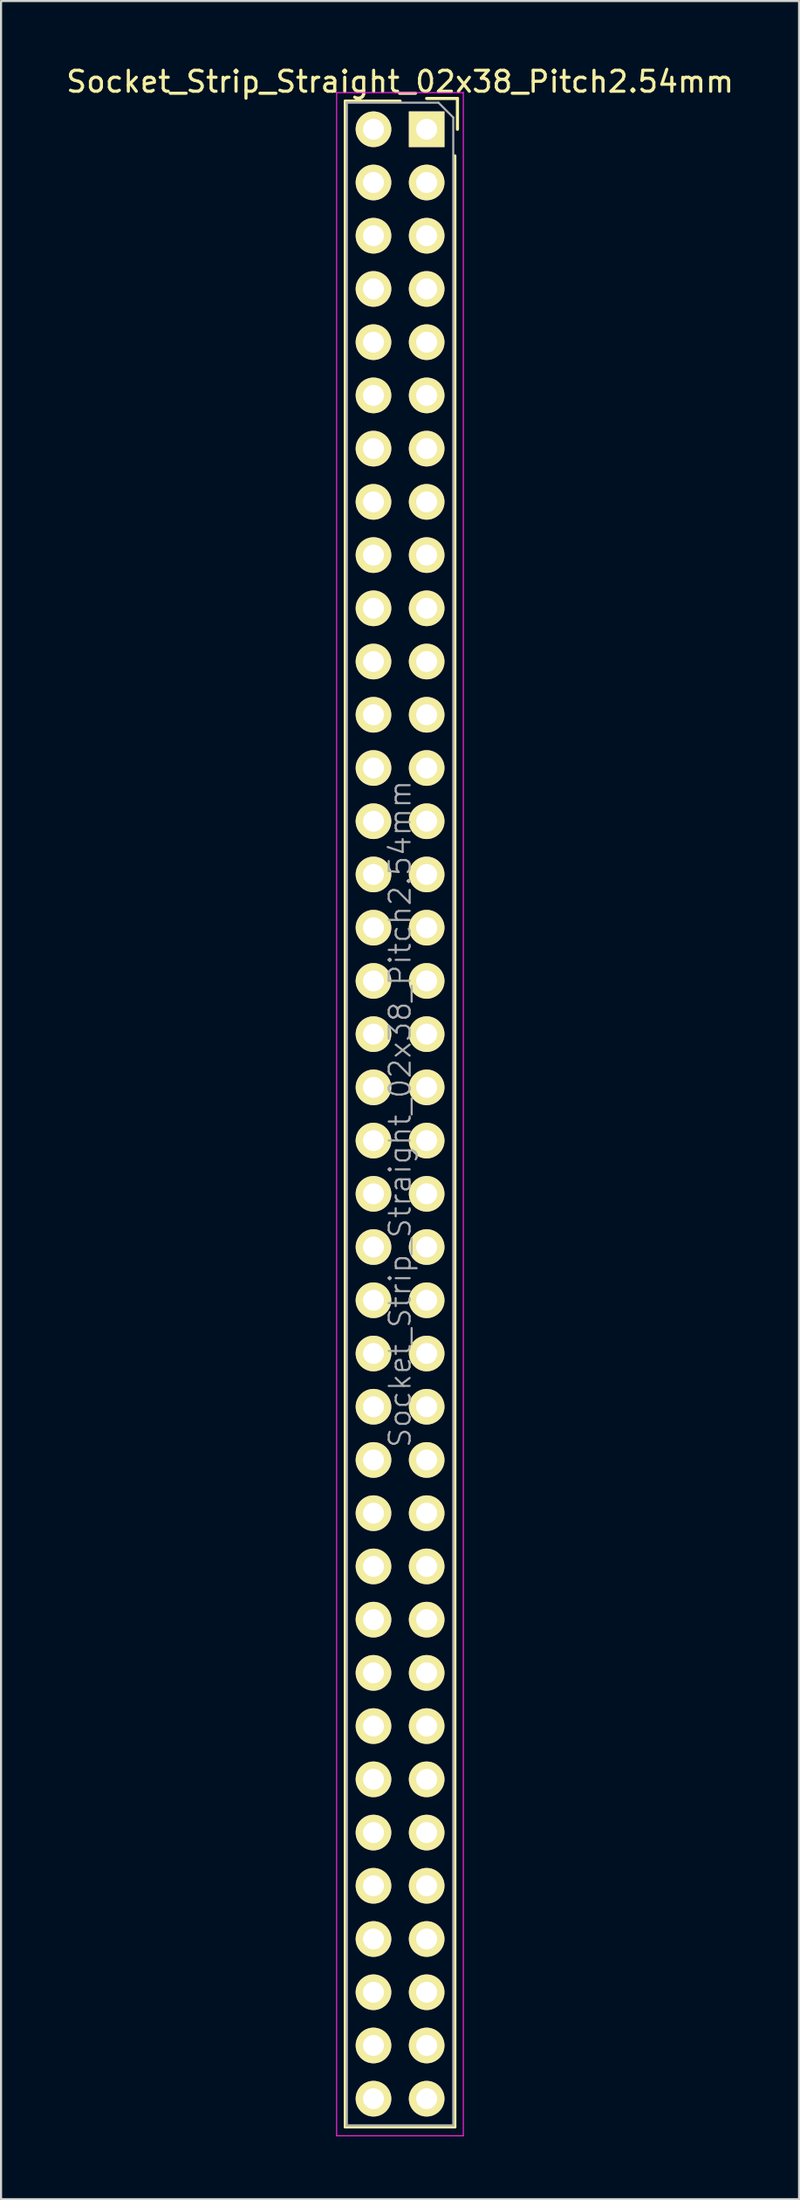
<source format=kicad_pcb>
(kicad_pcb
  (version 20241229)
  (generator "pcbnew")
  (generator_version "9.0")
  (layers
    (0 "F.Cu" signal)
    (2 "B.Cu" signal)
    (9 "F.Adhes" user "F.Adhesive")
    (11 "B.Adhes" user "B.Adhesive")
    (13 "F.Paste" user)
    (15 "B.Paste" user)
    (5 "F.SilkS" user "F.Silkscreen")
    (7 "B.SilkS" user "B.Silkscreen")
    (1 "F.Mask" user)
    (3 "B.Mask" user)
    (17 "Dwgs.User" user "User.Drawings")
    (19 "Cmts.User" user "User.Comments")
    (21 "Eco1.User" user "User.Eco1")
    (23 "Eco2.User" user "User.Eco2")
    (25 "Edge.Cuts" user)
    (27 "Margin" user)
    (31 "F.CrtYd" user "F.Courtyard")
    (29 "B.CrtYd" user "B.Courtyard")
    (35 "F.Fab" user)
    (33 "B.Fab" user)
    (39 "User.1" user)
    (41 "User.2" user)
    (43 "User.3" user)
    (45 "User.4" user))
  (footprint "Socket_Strip_Straight_02x38_Pitch2.54mm"
    (layer "F.Cu")
    (at 17.324 3.118)
    (property "Reference" "Socket_Strip_Straight_02x38_Pitch2.54mm" (at -1.27 -2.27 0) (layer "F.SilkS") (effects (font (size 1 1) (thickness 0.15))))
    (attr smd)
    (fp_line (start -3.885 -1.345) (end -3.885 95.325) (stroke (width 0.15) (type solid)) (layer "F.SilkS"))
    (fp_line (start -1.27 -1.345) (end -3.885 -1.345) (stroke (width 0.15) (type solid)) (layer "F.SilkS"))
    (fp_line (start 1.345 1.27) (end 1.345 95.325) (stroke (width 0.15) (type solid)) (layer "F.SilkS"))
    (fp_line (start 1.345 95.325) (end -3.885 95.325) (stroke (width 0.15) (type solid)) (layer "F.SilkS"))
    (fp_line (start 1.47 -1.47) (end 0 -1.47) (stroke (width 0.15) (type solid)) (layer "F.SilkS"))
    (fp_line (start 1.47 -1.47) (end 1.47 0) (stroke (width 0.15) (type solid)) (layer "F.SilkS"))
    (fp_line (start -4.3 -1.75) (end -4.3 95.75) (stroke (width 0.05) (type solid)) (layer "F.CrtYd"))
    (fp_line (start 1.75 -1.75) (end -4.3 -1.75) (stroke (width 0.05) (type solid)) (layer "F.CrtYd"))
    (fp_line (start 1.75 -1.75) (end 1.75 95.75) (stroke (width 0.05) (type solid)) (layer "F.CrtYd"))
    (fp_line (start 1.75 95.75) (end -4.3 95.75) (stroke (width 0.05) (type solid)) (layer "F.CrtYd"))
    (fp_line (start -3.81 -1.27) (end 0.563 -1.27) (stroke (width 0.1) (type solid)) (layer "F.Fab"))
    (fp_line (start -3.81 95.25) (end -3.81 -1.27) (stroke (width 0.1) (type solid)) (layer "F.Fab"))
    (fp_line (start -3.81 95.25) (end 1.27 95.25) (stroke (width 0.1) (type solid)) (layer "F.Fab"))
    (fp_line (start 1.27 -0.563) (end 0.563 -1.27) (stroke (width 0.1) (type solid)) (layer "F.Fab"))
    (fp_line (start 1.27 95.25) (end 1.27 -0.563) (stroke (width 0.1) (type solid)) (layer "F.Fab"))
    (fp_text user "${REFERENCE}" (at -1.27 46.99 90) (layer "F.Fab") (effects (font (size 1 1) (thickness 0.1))))
    (pad "1" thru_hole rect (at 0 0) (size 1.7 1.7) (drill 1) (layers "*.Cu" "*.Mask" "F.SilkS"))
    (pad "2" thru_hole oval (at -2.54 0) (size 1.7 1.7) (drill 1) (layers "*.Cu" "*.Mask" "F.SilkS"))
    (pad "3" thru_hole oval (at 0 2.54) (size 1.7 1.7) (drill 1) (layers "*.Cu" "*.Mask" "F.SilkS"))
    (pad "4" thru_hole oval (at -2.54 2.54) (size 1.7 1.7) (drill 1) (layers "*.Cu" "*.Mask" "F.SilkS"))
    (pad "5" thru_hole oval (at 0 5.08) (size 1.7 1.7) (drill 1) (layers "*.Cu" "*.Mask" "F.SilkS"))
    (pad "6" thru_hole oval (at -2.54 5.08) (size 1.7 1.7) (drill 1) (layers "*.Cu" "*.Mask" "F.SilkS"))
    (pad "7" thru_hole oval (at 0 7.62) (size 1.7 1.7) (drill 1) (layers "*.Cu" "*.Mask" "F.SilkS"))
    (pad "8" thru_hole oval (at -2.54 7.62) (size 1.7 1.7) (drill 1) (layers "*.Cu" "*.Mask" "F.SilkS"))
    (pad "9" thru_hole oval (at 0 10.16) (size 1.7 1.7) (drill 1) (layers "*.Cu" "*.Mask" "F.SilkS"))
    (pad "10" thru_hole oval (at -2.54 10.16) (size 1.7 1.7) (drill 1) (layers "*.Cu" "*.Mask" "F.SilkS"))
    (pad "11" thru_hole oval (at 0 12.7) (size 1.7 1.7) (drill 1) (layers "*.Cu" "*.Mask" "F.SilkS"))
    (pad "12" thru_hole oval (at -2.54 12.7) (size 1.7 1.7) (drill 1) (layers "*.Cu" "*.Mask" "F.SilkS"))
    (pad "13" thru_hole oval (at 0 15.24) (size 1.7 1.7) (drill 1) (layers "*.Cu" "*.Mask" "F.SilkS"))
    (pad "14" thru_hole oval (at -2.54 15.24) (size 1.7 1.7) (drill 1) (layers "*.Cu" "*.Mask" "F.SilkS"))
    (pad "15" thru_hole oval (at 0 17.78) (size 1.7 1.7) (drill 1) (layers "*.Cu" "*.Mask" "F.SilkS"))
    (pad "16" thru_hole oval (at -2.54 17.78) (size 1.7 1.7) (drill 1) (layers "*.Cu" "*.Mask" "F.SilkS"))
    (pad "17" thru_hole oval (at 0 20.32) (size 1.7 1.7) (drill 1) (layers "*.Cu" "*.Mask" "F.SilkS"))
    (pad "18" thru_hole oval (at -2.54 20.32) (size 1.7 1.7) (drill 1) (layers "*.Cu" "*.Mask" "F.SilkS"))
    (pad "19" thru_hole oval (at 0 22.86) (size 1.7 1.7) (drill 1) (layers "*.Cu" "*.Mask" "F.SilkS"))
    (pad "20" thru_hole oval (at -2.54 22.86) (size 1.7 1.7) (drill 1) (layers "*.Cu" "*.Mask" "F.SilkS"))
    (pad "21" thru_hole oval (at 0 25.4) (size 1.7 1.7) (drill 1) (layers "*.Cu" "*.Mask" "F.SilkS"))
    (pad "22" thru_hole oval (at -2.54 25.4) (size 1.7 1.7) (drill 1) (layers "*.Cu" "*.Mask" "F.SilkS"))
    (pad "23" thru_hole oval (at 0 27.94) (size 1.7 1.7) (drill 1) (layers "*.Cu" "*.Mask" "F.SilkS"))
    (pad "24" thru_hole oval (at -2.54 27.94) (size 1.7 1.7) (drill 1) (layers "*.Cu" "*.Mask" "F.SilkS"))
    (pad "25" thru_hole oval (at 0 30.48) (size 1.7 1.7) (drill 1) (layers "*.Cu" "*.Mask" "F.SilkS"))
    (pad "26" thru_hole oval (at -2.54 30.48) (size 1.7 1.7) (drill 1) (layers "*.Cu" "*.Mask" "F.SilkS"))
    (pad "27" thru_hole oval (at 0 33.02) (size 1.7 1.7) (drill 1) (layers "*.Cu" "*.Mask" "F.SilkS"))
    (pad "28" thru_hole oval (at -2.54 33.02) (size 1.7 1.7) (drill 1) (layers "*.Cu" "*.Mask" "F.SilkS"))
    (pad "29" thru_hole oval (at 0 35.56) (size 1.7 1.7) (drill 1) (layers "*.Cu" "*.Mask" "F.SilkS"))
    (pad "30" thru_hole oval (at -2.54 35.56) (size 1.7 1.7) (drill 1) (layers "*.Cu" "*.Mask" "F.SilkS"))
    (pad "31" thru_hole oval (at 0 38.1) (size 1.7 1.7) (drill 1) (layers "*.Cu" "*.Mask" "F.SilkS"))
    (pad "32" thru_hole oval (at -2.54 38.1) (size 1.7 1.7) (drill 1) (layers "*.Cu" "*.Mask" "F.SilkS"))
    (pad "33" thru_hole oval (at 0 40.64) (size 1.7 1.7) (drill 1) (layers "*.Cu" "*.Mask" "F.SilkS"))
    (pad "34" thru_hole oval (at -2.54 40.64) (size 1.7 1.7) (drill 1) (layers "*.Cu" "*.Mask" "F.SilkS"))
    (pad "35" thru_hole oval (at 0 43.18) (size 1.7 1.7) (drill 1) (layers "*.Cu" "*.Mask" "F.SilkS"))
    (pad "36" thru_hole oval (at -2.54 43.18) (size 1.7 1.7) (drill 1) (layers "*.Cu" "*.Mask" "F.SilkS"))
    (pad "37" thru_hole oval (at 0 45.72) (size 1.7 1.7) (drill 1) (layers "*.Cu" "*.Mask" "F.SilkS"))
    (pad "38" thru_hole oval (at -2.54 45.72) (size 1.7 1.7) (drill 1) (layers "*.Cu" "*.Mask" "F.SilkS"))
    (pad "39" thru_hole oval (at 0 48.26) (size 1.7 1.7) (drill 1) (layers "*.Cu" "*.Mask" "F.SilkS"))
    (pad "40" thru_hole oval (at -2.54 48.26) (size 1.7 1.7) (drill 1) (layers "*.Cu" "*.Mask" "F.SilkS"))
    (pad "41" thru_hole oval (at 0 50.8) (size 1.7 1.7) (drill 1) (layers "*.Cu" "*.Mask" "F.SilkS"))
    (pad "42" thru_hole oval (at -2.54 50.8) (size 1.7 1.7) (drill 1) (layers "*.Cu" "*.Mask" "F.SilkS"))
    (pad "43" thru_hole oval (at 0 53.34) (size 1.7 1.7) (drill 1) (layers "*.Cu" "*.Mask" "F.SilkS"))
    (pad "44" thru_hole oval (at -2.54 53.34) (size 1.7 1.7) (drill 1) (layers "*.Cu" "*.Mask" "F.SilkS"))
    (pad "45" thru_hole oval (at 0 55.88) (size 1.7 1.7) (drill 1) (layers "*.Cu" "*.Mask" "F.SilkS"))
    (pad "46" thru_hole oval (at -2.54 55.88) (size 1.7 1.7) (drill 1) (layers "*.Cu" "*.Mask" "F.SilkS"))
    (pad "47" thru_hole oval (at 0 58.42) (size 1.7 1.7) (drill 1) (layers "*.Cu" "*.Mask" "F.SilkS"))
    (pad "48" thru_hole oval (at -2.54 58.42) (size 1.7 1.7) (drill 1) (layers "*.Cu" "*.Mask" "F.SilkS"))
    (pad "49" thru_hole oval (at 0 60.96) (size 1.7 1.7) (drill 1) (layers "*.Cu" "*.Mask" "F.SilkS"))
    (pad "50" thru_hole oval (at -2.54 60.96) (size 1.7 1.7) (drill 1) (layers "*.Cu" "*.Mask" "F.SilkS"))
    (pad "51" thru_hole oval (at 0 63.5) (size 1.7 1.7) (drill 1) (layers "*.Cu" "*.Mask" "F.SilkS"))
    (pad "52" thru_hole oval (at -2.54 63.5) (size 1.7 1.7) (drill 1) (layers "*.Cu" "*.Mask" "F.SilkS"))
    (pad "53" thru_hole oval (at 0 66.04) (size 1.7 1.7) (drill 1) (layers "*.Cu" "*.Mask" "F.SilkS"))
    (pad "54" thru_hole oval (at -2.54 66.04) (size 1.7 1.7) (drill 1) (layers "*.Cu" "*.Mask" "F.SilkS"))
    (pad "55" thru_hole oval (at 0 68.58) (size 1.7 1.7) (drill 1) (layers "*.Cu" "*.Mask" "F.SilkS"))
    (pad "56" thru_hole oval (at -2.54 68.58) (size 1.7 1.7) (drill 1) (layers "*.Cu" "*.Mask" "F.SilkS"))
    (pad "57" thru_hole oval (at 0 71.12) (size 1.7 1.7) (drill 1) (layers "*.Cu" "*.Mask" "F.SilkS"))
    (pad "58" thru_hole oval (at -2.54 71.12) (size 1.7 1.7) (drill 1) (layers "*.Cu" "*.Mask" "F.SilkS"))
    (pad "59" thru_hole oval (at 0 73.66) (size 1.7 1.7) (drill 1) (layers "*.Cu" "*.Mask" "F.SilkS"))
    (pad "60" thru_hole oval (at -2.54 73.66) (size 1.7 1.7) (drill 1) (layers "*.Cu" "*.Mask" "F.SilkS"))
    (pad "61" thru_hole oval (at 0 76.2) (size 1.7 1.7) (drill 1) (layers "*.Cu" "*.Mask" "F.SilkS"))
    (pad "62" thru_hole oval (at -2.54 76.2) (size 1.7 1.7) (drill 1) (layers "*.Cu" "*.Mask" "F.SilkS"))
    (pad "63" thru_hole oval (at 0 78.74) (size 1.7 1.7) (drill 1) (layers "*.Cu" "*.Mask" "F.SilkS"))
    (pad "64" thru_hole oval (at -2.54 78.74) (size 1.7 1.7) (drill 1) (layers "*.Cu" "*.Mask" "F.SilkS"))
    (pad "65" thru_hole oval (at 0 81.28) (size 1.7 1.7) (drill 1) (layers "*.Cu" "*.Mask" "F.SilkS"))
    (pad "66" thru_hole oval (at -2.54 81.28) (size 1.7 1.7) (drill 1) (layers "*.Cu" "*.Mask" "F.SilkS"))
    (pad "67" thru_hole oval (at 0 83.82) (size 1.7 1.7) (drill 1) (layers "*.Cu" "*.Mask" "F.SilkS"))
    (pad "68" thru_hole oval (at -2.54 83.82) (size 1.7 1.7) (drill 1) (layers "*.Cu" "*.Mask" "F.SilkS"))
    (pad "69" thru_hole oval (at 0 86.36) (size 1.7 1.7) (drill 1) (layers "*.Cu" "*.Mask" "F.SilkS"))
    (pad "70" thru_hole oval (at -2.54 86.36) (size 1.7 1.7) (drill 1) (layers "*.Cu" "*.Mask" "F.SilkS"))
    (pad "71" thru_hole oval (at 0 88.9) (size 1.7 1.7) (drill 1) (layers "*.Cu" "*.Mask" "F.SilkS"))
    (pad "72" thru_hole oval (at -2.54 88.9) (size 1.7 1.7) (drill 1) (layers "*.Cu" "*.Mask" "F.SilkS"))
    (pad "73" thru_hole oval (at 0 91.44) (size 1.7 1.7) (drill 1) (layers "*.Cu" "*.Mask" "F.SilkS"))
    (pad "74" thru_hole oval (at -2.54 91.44) (size 1.7 1.7) (drill 1) (layers "*.Cu" "*.Mask" "F.SilkS"))
    (pad "75" thru_hole oval (at 0 93.98) (size 1.7 1.7) (drill 1) (layers "*.Cu" "*.Mask" "F.SilkS"))
    (pad "76" thru_hole oval (at -2.54 93.98) (size 1.7 1.7) (drill 1) (layers "*.Cu" "*.Mask" "F.SilkS")))
  (gr_rect
    (start -3 -3)
    (end 35.107 101.893)
    (stroke (width 0.1) (type default))
    (fill no)
    (layer "Edge.Cuts")))
</source>
